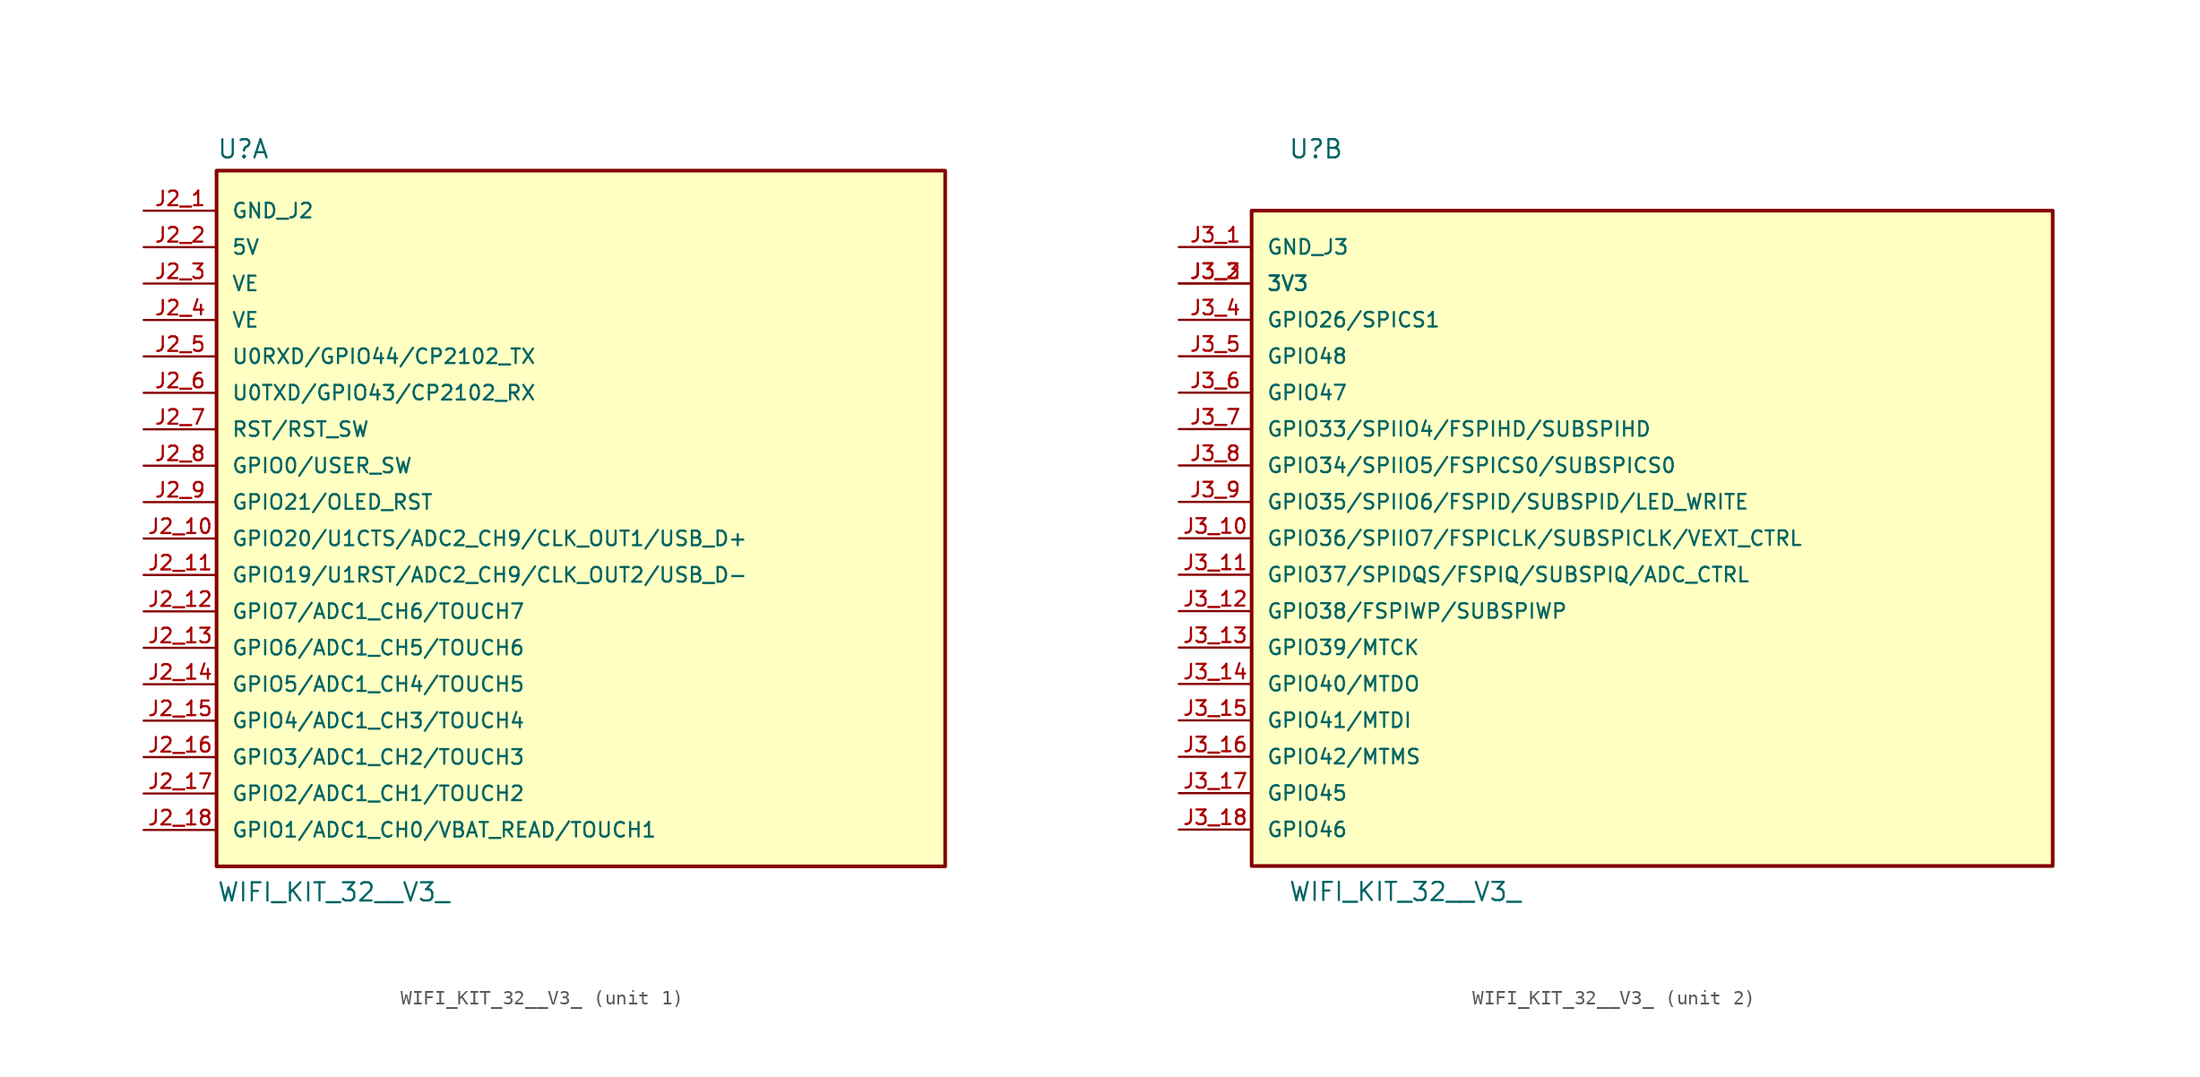
<source format=kicad_sym>
(kicad_symbol_lib
  (version 20241209)
  (generator "kicad_symbol_editor")
  (generator_version "9.0")
  (symbol "WIFI_KIT_32__V3_"
    (pin_names
      (offset 1.016))
    (property "Reference" "U"
      (at -25.4 26.416 0)
      (effects (font (size 1.27 1.27)) (justify left bottom)))
    (property "Value" "WIFI_KIT_32__V3_"
      (at -25.4 -25.4 0)
      (effects (font (size 1.27 1.27)) (justify left bottom)))
    (symbol "WIFI_KIT_32__V3__1_0"
      (rectangle (start -25.4 25.654) (end 25.4 -22.86) (stroke (width 0.254) (type default)) (fill (type background)))
      (pin power_in line (at -30.48 22.86 0) (length 5.08) (name "GND_J2" (effects (font (size 1.016 1.016)))) (number "J2_1" (effects (font (size 1.016 1.016)))))
      (pin power_in line (at -30.48 20.32 0) (length 5.08) (name "5V" (effects (font (size 1.016 1.016)))) (number "J2_2" (effects (font (size 1.016 1.016)))))
      (pin power_in line (at -30.48 17.78 0) (length 5.08) (name "VE" (effects (font (size 1.016 1.016)))) (number "J2_3" (effects (font (size 1.016 1.016)))))
      (pin power_in line (at -30.48 15.24 0) (length 5.08) (name "VE" (effects (font (size 1.016 1.016)))) (number "J2_4" (effects (font (size 1.016 1.016)))))
      (pin bidirectional line (at -30.48 12.7 0) (length 5.08) (name "U0RXD/GPIO44/CP2102_TX" (effects (font (size 1.016 1.016)))) (number "J2_5" (effects (font (size 1.016 1.016)))))
      (pin bidirectional line (at -30.48 10.16 0) (length 5.08) (name "U0TXD/GPIO43/CP2102_RX" (effects (font (size 1.016 1.016)))) (number "J2_6" (effects (font (size 1.016 1.016)))))
      (pin input line (at -30.48 7.62 0) (length 5.08) (name "RST/RST_SW" (effects (font (size 1.016 1.016)))) (number "J2_7" (effects (font (size 1.016 1.016)))))
      (pin bidirectional line (at -30.48 5.08 0) (length 5.08) (name "GPIO0/USER_SW" (effects (font (size 1.016 1.016)))) (number "J2_8" (effects (font (size 1.016 1.016)))))
      (pin bidirectional line (at -30.48 2.54 0) (length 5.08) (name "GPIO21/OLED_RST" (effects (font (size 1.016 1.016)))) (number "J2_9" (effects (font (size 1.016 1.016)))))
      (pin bidirectional line (at -30.48 0 0) (length 5.08) (name "GPIO20/U1CTS/ADC2_CH9/CLK_OUT1/USB_D+" (effects (font (size 1.016 1.016)))) (number "J2_10" (effects (font (size 1.016 1.016)))))
      (pin bidirectional line (at -30.48 -2.54 0) (length 5.08) (name "GPIO19/U1RST/ADC2_CH9/CLK_OUT2/USB_D-" (effects (font (size 1.016 1.016)))) (number "J2_11" (effects (font (size 1.016 1.016)))))
      (pin bidirectional line (at -30.48 -5.08 0) (length 5.08) (name "GPIO7/ADC1_CH6/TOUCH7" (effects (font (size 1.016 1.016)))) (number "J2_12" (effects (font (size 1.016 1.016)))))
      (pin bidirectional line (at -30.48 -7.62 0) (length 5.08) (name "GPIO6/ADC1_CH5/TOUCH6" (effects (font (size 1.016 1.016)))) (number "J2_13" (effects (font (size 1.016 1.016)))))
      (pin bidirectional line (at -30.48 -10.16 0) (length 5.08) (name "GPIO5/ADC1_CH4/TOUCH5" (effects (font (size 1.016 1.016)))) (number "J2_14" (effects (font (size 1.016 1.016)))))
      (pin bidirectional line (at -30.48 -12.7 0) (length 5.08) (name "GPIO4/ADC1_CH3/TOUCH4" (effects (font (size 1.016 1.016)))) (number "J2_15" (effects (font (size 1.016 1.016)))))
      (pin bidirectional line (at -30.48 -15.24 0) (length 5.08) (name "GPIO3/ADC1_CH2/TOUCH3" (effects (font (size 1.016 1.016)))) (number "J2_16" (effects (font (size 1.016 1.016)))))
      (pin bidirectional line (at -30.48 -17.78 0) (length 5.08) (name "GPIO2/ADC1_CH1/TOUCH2" (effects (font (size 1.016 1.016)))) (number "J2_17" (effects (font (size 1.016 1.016)))))
      (pin bidirectional line (at -30.48 -20.32 0) (length 5.08) (name "GPIO1/ADC1_CH0/VBAT_READ/TOUCH1" (effects (font (size 1.016 1.016)))) (number "J2_18" (effects (font (size 1.016 1.016))))))
    (symbol "WIFI_KIT_32__V3__2_0"
      (rectangle (start -27.94 -22.86) (end 27.94 22.86) (stroke (width 0.254) (type default)) (fill (type background)))
      (pin power_in line (at -33.02 20.32 0) (length 5.08) (name "GND_J3" (effects (font (size 1.016 1.016)))) (number "J3_1" (effects (font (size 1.016 1.016)))))
      (pin power_in line (at -33.02 17.78 0) (length 5.08) (name "3V3" (effects (font (size 1.016 1.016)))) (number "J3_2" (effects (font (size 1.016 1.016)))))
      (pin power_in line (at -33.02 17.78 0) (length 5.08) (name "3V3" (effects (font (size 1.016 1.016)))) (number "J3_3" (effects (font (size 1.016 1.016)))))
      (pin bidirectional line (at -33.02 15.24 0) (length 5.08) (name "GPIO26/SPICS1" (effects (font (size 1.016 1.016)))) (number "J3_4" (effects (font (size 1.016 1.016)))))
      (pin bidirectional line (at -33.02 12.7 0) (length 5.08) (name "GPIO48" (effects (font (size 1.016 1.016)))) (number "J3_5" (effects (font (size 1.016 1.016)))))
      (pin bidirectional line (at -33.02 10.16 0) (length 5.08) (name "GPIO47" (effects (font (size 1.016 1.016)))) (number "J3_6" (effects (font (size 1.016 1.016)))))
      (pin bidirectional line (at -33.02 7.62 0) (length 5.08) (name "GPIO33/SPIIO4/FSPIHD/SUBSPIHD" (effects (font (size 1.016 1.016)))) (number "J3_7" (effects (font (size 1.016 1.016)))))
      (pin bidirectional line (at -33.02 5.08 0) (length 5.08) (name "GPIO34/SPIIO5/FSPICS0/SUBSPICS0" (effects (font (size 1.016 1.016)))) (number "J3_8" (effects (font (size 1.016 1.016)))))
      (pin bidirectional line (at -33.02 2.54 0) (length 5.08) (name "GPIO35/SPIIO6/FSPID/SUBSPID/LED_WRITE" (effects (font (size 1.016 1.016)))) (number "J3_9" (effects (font (size 1.016 1.016)))))
      (pin bidirectional line (at -33.02 0 0) (length 5.08) (name "GPIO36/SPIIO7/FSPICLK/SUBSPICLK/VEXT_CTRL" (effects (font (size 1.016 1.016)))) (number "J3_10" (effects (font (size 1.016 1.016)))))
      (pin bidirectional line (at -33.02 -2.54 0) (length 5.08) (name "GPIO37/SPIDQS/FSPIQ/SUBSPIQ/ADC_CTRL" (effects (font (size 1.016 1.016)))) (number "J3_11" (effects (font (size 1.016 1.016)))))
      (pin bidirectional line (at -33.02 -5.08 0) (length 5.08) (name "GPIO38/FSPIWP/SUBSPIWP" (effects (font (size 1.016 1.016)))) (number "J3_12" (effects (font (size 1.016 1.016)))))
      (pin bidirectional line (at -33.02 -7.62 0) (length 5.08) (name "GPIO39/MTCK" (effects (font (size 1.016 1.016)))) (number "J3_13" (effects (font (size 1.016 1.016)))))
      (pin bidirectional line (at -33.02 -10.16 0) (length 5.08) (name "GPIO40/MTDO" (effects (font (size 1.016 1.016)))) (number "J3_14" (effects (font (size 1.016 1.016)))))
      (pin bidirectional line (at -33.02 -12.7 0) (length 5.08) (name "GPIO41/MTDI" (effects (font (size 1.016 1.016)))) (number "J3_15" (effects (font (size 1.016 1.016)))))
      (pin bidirectional line (at -33.02 -15.24 0) (length 5.08) (name "GPIO42/MTMS" (effects (font (size 1.016 1.016)))) (number "J3_16" (effects (font (size 1.016 1.016)))))
      (pin bidirectional line (at -33.02 -17.78 0) (length 5.08) (name "GPIO45" (effects (font (size 1.016 1.016)))) (number "J3_17" (effects (font (size 1.016 1.016)))))
      (pin bidirectional line (at -33.02 -20.32 0) (length 5.08) (name "GPIO46" (effects (font (size 1.016 1.016)))) (number "J3_18" (effects (font (size 1.016 1.016))))))))
</source>
